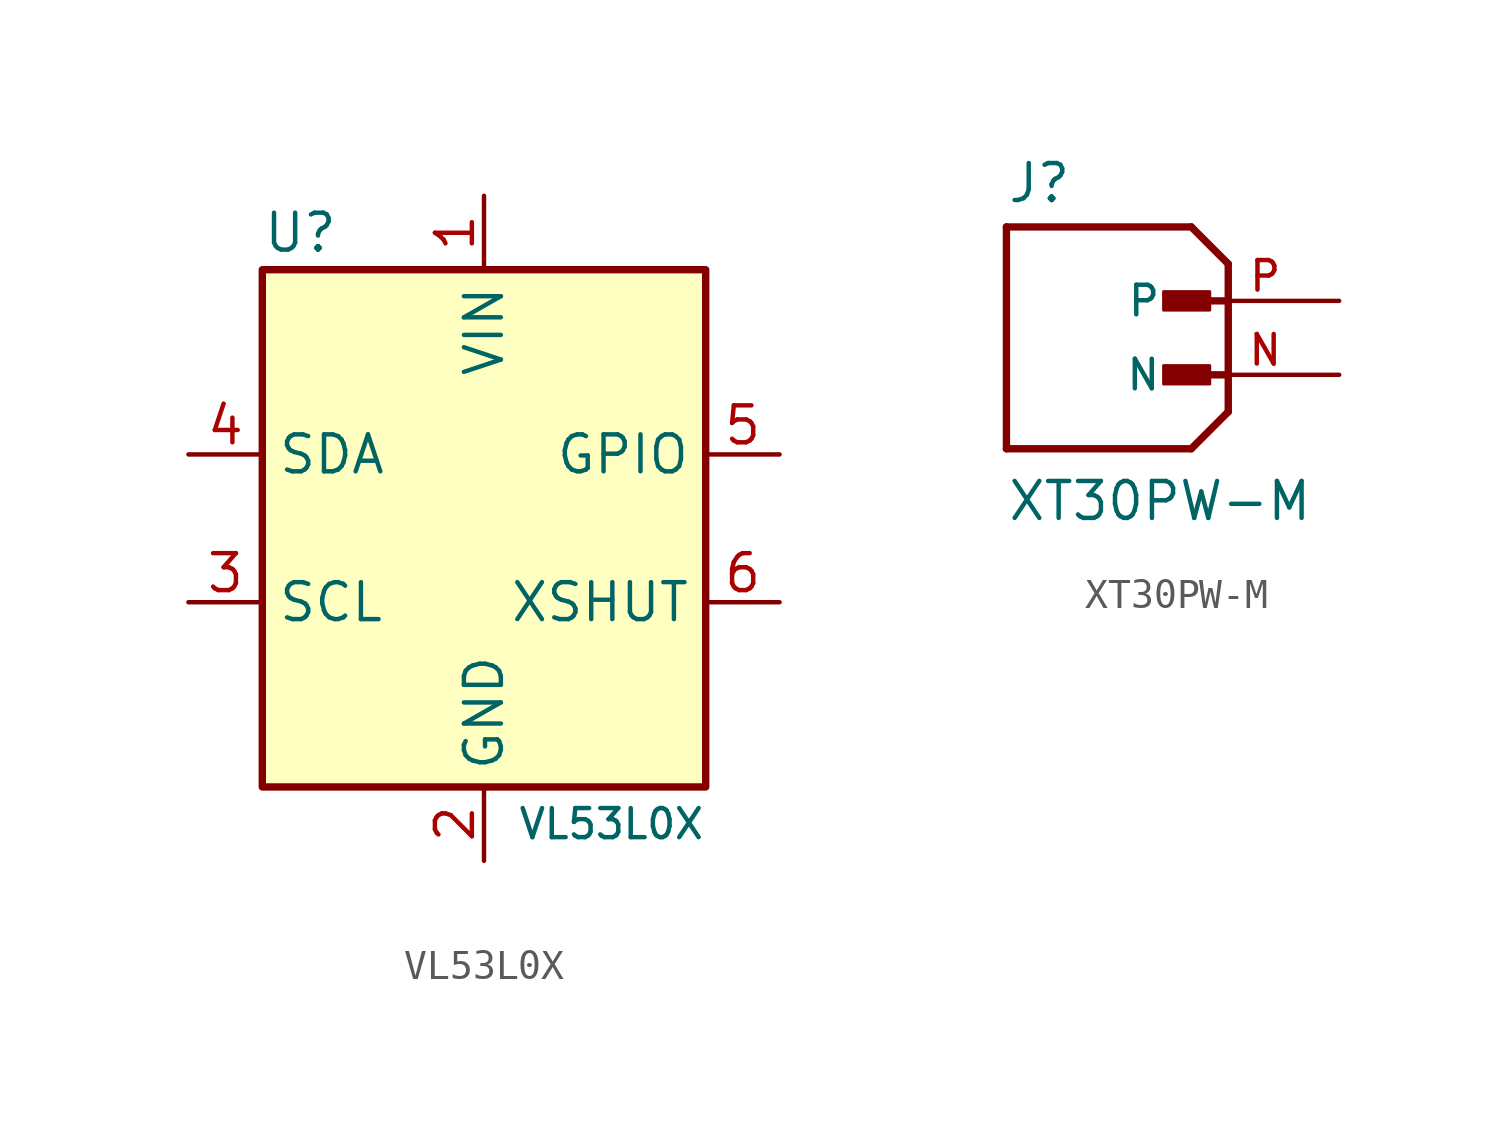
<source format=kicad_sym>
(kicad_symbol_lib
  (version 20241209)
  (generator "kicad_symbol_editor")
  (generator_version "9.0")
  (symbol "VL53L0X"
    (property "Reference" "U"
      (at -7.62 10.16 0)
      (do_not_autoplace)
      (effects (font (size 1.27 1.27)) (justify left)))
    (property "Value" "VL53L0X"
      (at 7.62 -10.16 0)
      (do_not_autoplace)
      (effects (font (size 1 1)) (justify right)))
    (symbol "VL53L0X_0_1"
      (rectangle (start -7.62 8.89) (end 7.62 -8.89) (stroke (width 0.254) (type default)) (fill (type background))))
    (symbol "VL53L0X_1_1"
      (pin bidirectional line (at -10.16 2.54 0) (length 2.54) (name "SDA" (effects (font (size 1.27 1.27)))) (number "4" (effects (font (size 1.27 1.27)))))
      (pin input line (at -10.16 -2.54 0) (length 2.54) (name "SCL" (effects (font (size 1.27 1.27)))) (number "3" (effects (font (size 1.27 1.27)))))
      (pin power_in line (at 0 11.43 270) (length 2.54) (name "VIN" (effects (font (size 1.27 1.27)))) (number "1" (effects (font (size 1.27 1.27)))))
      (pin power_in line (at 0 -11.43 90) (length 2.54) (name "GND" (effects (font (size 1.27 1.27)))) (number "2" (effects (font (size 1.27 1.27)))))
      (pin open_collector line (at 10.16 2.54 180) (length 2.54) (name "GPIO" (effects (font (size 1.27 1.27)))) (number "5" (effects (font (size 1.27 1.27)))))
      (pin input line (at 10.16 -2.54 180) (length 2.54) (name "XSHUT" (effects (font (size 1.27 1.27)))) (number "6" (effects (font (size 1.27 1.27)))))))
  (symbol "XT30PW-M"
    (pin_names
      (offset 1.016))
    (property "Reference" "J"
      (at -7.62 3.302 0)
      (effects (font (size 1.27 1.27)) (justify left bottom)))
    (property "Value" "XT30PW-M"
      (at -7.62 -7.62 0)
      (effects (font (size 1.27 1.27)) (justify left bottom)))
    (symbol "XT30PW-M_0_0"
      (polyline (pts (xy -7.62 2.54) (xy -1.27 2.54)) (stroke (width 0.254) (type default)) (fill (type none)))
      (polyline (pts (xy -7.62 -5.08) (xy -7.62 2.54)) (stroke (width 0.254) (type default)) (fill (type none)))
      (rectangle (start -2.223 -0.318) (end -0.635 0.318) (stroke (width 0.1) (type default)) (fill (type outline)))
      (rectangle (start -2.223 -2.857) (end -0.635 -2.223) (stroke (width 0.1) (type default)) (fill (type outline)))
      (polyline (pts (xy -1.27 -5.08) (xy -7.62 -5.08)) (stroke (width 0.254) (type default)) (fill (type none)))
      (polyline (pts (xy 0 1.27) (xy -1.27 2.54)) (stroke (width 0.254) (type default)) (fill (type none)))
      (polyline (pts (xy 0 1.27) (xy 0 0)) (stroke (width 0.254) (type default)) (fill (type none)))
      (polyline (pts (xy 0 0) (xy -1.905 0)) (stroke (width 0.254) (type default)) (fill (type none)))
      (polyline (pts (xy 0 0) (xy 0 -3.81)) (stroke (width 0.254) (type default)) (fill (type none)))
      (polyline (pts (xy 0 -2.54) (xy -1.905 -2.54)) (stroke (width 0.254) (type default)) (fill (type none)))
      (polyline (pts (xy 0 -3.81) (xy -1.27 -5.08)) (stroke (width 0.254) (type default)) (fill (type none)))
      (pin power_in line (at 3.81 0 180) (length 5.08) (name "P" (effects (font (size 1.016 1.016)))) (number "P" (effects (font (size 1.016 1.016)))))
      (pin power_in line (at 3.81 -2.54 180) (length 5.08) (name "N" (effects (font (size 1.016 1.016)))) (number "N" (effects (font (size 1.016 1.016))))))))
</source>
